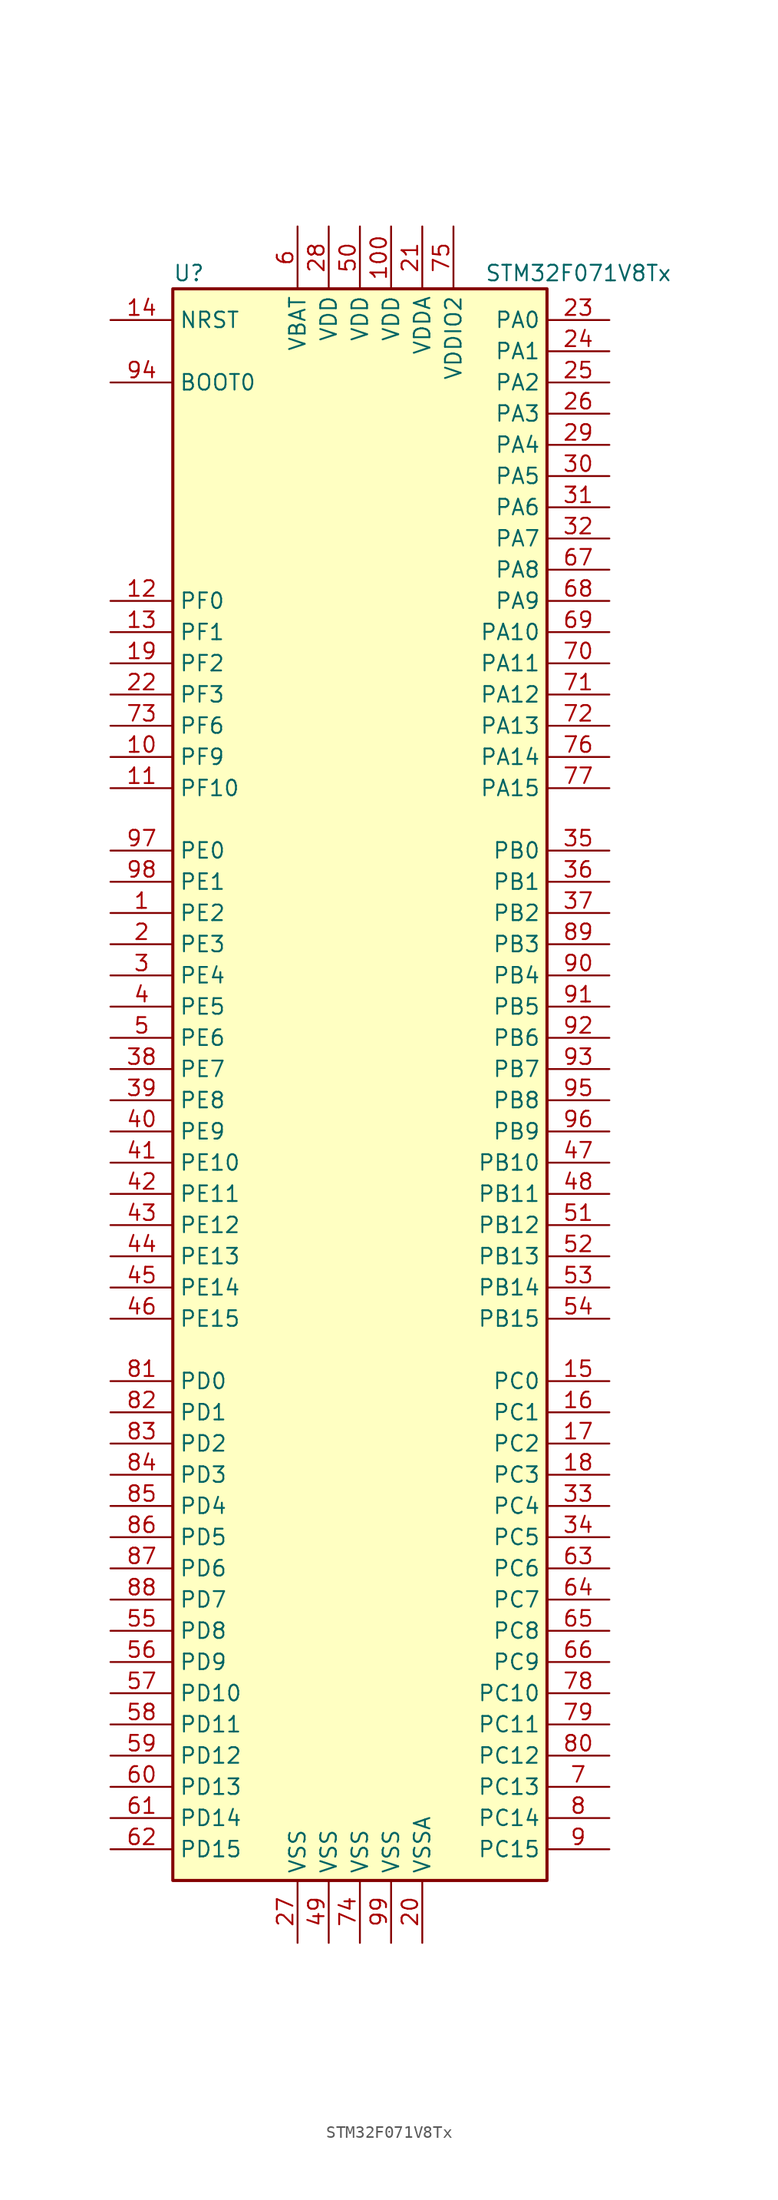
<source format=kicad_sym>
(kicad_symbol_lib
  (version 20211014)
  (generator kicad_symbol_editor)
  (symbol "STM32F071V8Tx"
    (property "Reference" "U"
      (at -15.24 64.77 0)
      (effects (font (size 1.27 1.27)) (justify left)))
    (property "Value" "STM32F071V8Tx"
      (at 10.16 64.77 0)
      (effects (font (size 1.27 1.27)) (justify left)))
    (symbol "STM32F071V8Tx_0_1"
      (rectangle (start -15.24 -66.04) (end 15.24 63.5) (stroke (width 0.254) (type default) (color 0 0 0 0)) (fill (type background))))
    (symbol "STM32F071V8Tx_1_1"
      (pin bidirectional line (at -20.32 12.7 0) (length 5.08) (name "PE2" (effects (font (size 1.27 1.27)))) (number "1" (effects (font (size 1.27 1.27)))))
      (pin bidirectional line (at -20.32 25.4 0) (length 5.08) (name "PF9" (effects (font (size 1.27 1.27)))) (number "10" (effects (font (size 1.27 1.27)))))
      (pin power_in line (at 2.54 68.58 270) (length 5.08) (name "VDD" (effects (font (size 1.27 1.27)))) (number "100" (effects (font (size 1.27 1.27)))))
      (pin bidirectional line (at -20.32 22.86 0) (length 5.08) (name "PF10" (effects (font (size 1.27 1.27)))) (number "11" (effects (font (size 1.27 1.27)))))
      (pin input line (at -20.32 38.1 0) (length 5.08) (name "PF0" (effects (font (size 1.27 1.27)))) (number "12" (effects (font (size 1.27 1.27)))))
      (pin input line (at -20.32 35.56 0) (length 5.08) (name "PF1" (effects (font (size 1.27 1.27)))) (number "13" (effects (font (size 1.27 1.27)))))
      (pin input line (at -20.32 60.96 0) (length 5.08) (name "NRST" (effects (font (size 1.27 1.27)))) (number "14" (effects (font (size 1.27 1.27)))))
      (pin bidirectional line (at 20.32 -25.4 180) (length 5.08) (name "PC0" (effects (font (size 1.27 1.27)))) (number "15" (effects (font (size 1.27 1.27)))))
      (pin bidirectional line (at 20.32 -27.94 180) (length 5.08) (name "PC1" (effects (font (size 1.27 1.27)))) (number "16" (effects (font (size 1.27 1.27)))))
      (pin bidirectional line (at 20.32 -30.48 180) (length 5.08) (name "PC2" (effects (font (size 1.27 1.27)))) (number "17" (effects (font (size 1.27 1.27)))))
      (pin bidirectional line (at 20.32 -33.02 180) (length 5.08) (name "PC3" (effects (font (size 1.27 1.27)))) (number "18" (effects (font (size 1.27 1.27)))))
      (pin bidirectional line (at -20.32 33.02 0) (length 5.08) (name "PF2" (effects (font (size 1.27 1.27)))) (number "19" (effects (font (size 1.27 1.27)))))
      (pin bidirectional line (at -20.32 10.16 0) (length 5.08) (name "PE3" (effects (font (size 1.27 1.27)))) (number "2" (effects (font (size 1.27 1.27)))))
      (pin power_in line (at 5.08 -71.12 90) (length 5.08) (name "VSSA" (effects (font (size 1.27 1.27)))) (number "20" (effects (font (size 1.27 1.27)))))
      (pin power_in line (at 5.08 68.58 270) (length 5.08) (name "VDDA" (effects (font (size 1.27 1.27)))) (number "21" (effects (font (size 1.27 1.27)))))
      (pin bidirectional line (at -20.32 30.48 0) (length 5.08) (name "PF3" (effects (font (size 1.27 1.27)))) (number "22" (effects (font (size 1.27 1.27)))))
      (pin bidirectional line (at 20.32 60.96 180) (length 5.08) (name "PA0" (effects (font (size 1.27 1.27)))) (number "23" (effects (font (size 1.27 1.27)))))
      (pin bidirectional line (at 20.32 58.42 180) (length 5.08) (name "PA1" (effects (font (size 1.27 1.27)))) (number "24" (effects (font (size 1.27 1.27)))))
      (pin bidirectional line (at 20.32 55.88 180) (length 5.08) (name "PA2" (effects (font (size 1.27 1.27)))) (number "25" (effects (font (size 1.27 1.27)))))
      (pin bidirectional line (at 20.32 53.34 180) (length 5.08) (name "PA3" (effects (font (size 1.27 1.27)))) (number "26" (effects (font (size 1.27 1.27)))))
      (pin power_in line (at -5.08 -71.12 90) (length 5.08) (name "VSS" (effects (font (size 1.27 1.27)))) (number "27" (effects (font (size 1.27 1.27)))))
      (pin power_in line (at -2.54 68.58 270) (length 5.08) (name "VDD" (effects (font (size 1.27 1.27)))) (number "28" (effects (font (size 1.27 1.27)))))
      (pin bidirectional line (at 20.32 50.8 180) (length 5.08) (name "PA4" (effects (font (size 1.27 1.27)))) (number "29" (effects (font (size 1.27 1.27)))))
      (pin bidirectional line (at -20.32 7.62 0) (length 5.08) (name "PE4" (effects (font (size 1.27 1.27)))) (number "3" (effects (font (size 1.27 1.27)))))
      (pin bidirectional line (at 20.32 48.26 180) (length 5.08) (name "PA5" (effects (font (size 1.27 1.27)))) (number "30" (effects (font (size 1.27 1.27)))))
      (pin bidirectional line (at 20.32 45.72 180) (length 5.08) (name "PA6" (effects (font (size 1.27 1.27)))) (number "31" (effects (font (size 1.27 1.27)))))
      (pin bidirectional line (at 20.32 43.18 180) (length 5.08) (name "PA7" (effects (font (size 1.27 1.27)))) (number "32" (effects (font (size 1.27 1.27)))))
      (pin bidirectional line (at 20.32 -35.56 180) (length 5.08) (name "PC4" (effects (font (size 1.27 1.27)))) (number "33" (effects (font (size 1.27 1.27)))))
      (pin bidirectional line (at 20.32 -38.1 180) (length 5.08) (name "PC5" (effects (font (size 1.27 1.27)))) (number "34" (effects (font (size 1.27 1.27)))))
      (pin bidirectional line (at 20.32 17.78 180) (length 5.08) (name "PB0" (effects (font (size 1.27 1.27)))) (number "35" (effects (font (size 1.27 1.27)))))
      (pin bidirectional line (at 20.32 15.24 180) (length 5.08) (name "PB1" (effects (font (size 1.27 1.27)))) (number "36" (effects (font (size 1.27 1.27)))))
      (pin bidirectional line (at 20.32 12.7 180) (length 5.08) (name "PB2" (effects (font (size 1.27 1.27)))) (number "37" (effects (font (size 1.27 1.27)))))
      (pin bidirectional line (at -20.32 0 0) (length 5.08) (name "PE7" (effects (font (size 1.27 1.27)))) (number "38" (effects (font (size 1.27 1.27)))))
      (pin bidirectional line (at -20.32 -2.54 0) (length 5.08) (name "PE8" (effects (font (size 1.27 1.27)))) (number "39" (effects (font (size 1.27 1.27)))))
      (pin bidirectional line (at -20.32 5.08 0) (length 5.08) (name "PE5" (effects (font (size 1.27 1.27)))) (number "4" (effects (font (size 1.27 1.27)))))
      (pin bidirectional line (at -20.32 -5.08 0) (length 5.08) (name "PE9" (effects (font (size 1.27 1.27)))) (number "40" (effects (font (size 1.27 1.27)))))
      (pin bidirectional line (at -20.32 -7.62 0) (length 5.08) (name "PE10" (effects (font (size 1.27 1.27)))) (number "41" (effects (font (size 1.27 1.27)))))
      (pin bidirectional line (at -20.32 -10.16 0) (length 5.08) (name "PE11" (effects (font (size 1.27 1.27)))) (number "42" (effects (font (size 1.27 1.27)))))
      (pin bidirectional line (at -20.32 -12.7 0) (length 5.08) (name "PE12" (effects (font (size 1.27 1.27)))) (number "43" (effects (font (size 1.27 1.27)))))
      (pin bidirectional line (at -20.32 -15.24 0) (length 5.08) (name "PE13" (effects (font (size 1.27 1.27)))) (number "44" (effects (font (size 1.27 1.27)))))
      (pin bidirectional line (at -20.32 -17.78 0) (length 5.08) (name "PE14" (effects (font (size 1.27 1.27)))) (number "45" (effects (font (size 1.27 1.27)))))
      (pin bidirectional line (at -20.32 -20.32 0) (length 5.08) (name "PE15" (effects (font (size 1.27 1.27)))) (number "46" (effects (font (size 1.27 1.27)))))
      (pin bidirectional line (at 20.32 -7.62 180) (length 5.08) (name "PB10" (effects (font (size 1.27 1.27)))) (number "47" (effects (font (size 1.27 1.27)))))
      (pin bidirectional line (at 20.32 -10.16 180) (length 5.08) (name "PB11" (effects (font (size 1.27 1.27)))) (number "48" (effects (font (size 1.27 1.27)))))
      (pin power_in line (at -2.54 -71.12 90) (length 5.08) (name "VSS" (effects (font (size 1.27 1.27)))) (number "49" (effects (font (size 1.27 1.27)))))
      (pin bidirectional line (at -20.32 2.54 0) (length 5.08) (name "PE6" (effects (font (size 1.27 1.27)))) (number "5" (effects (font (size 1.27 1.27)))))
      (pin power_in line (at 0 68.58 270) (length 5.08) (name "VDD" (effects (font (size 1.27 1.27)))) (number "50" (effects (font (size 1.27 1.27)))))
      (pin bidirectional line (at 20.32 -12.7 180) (length 5.08) (name "PB12" (effects (font (size 1.27 1.27)))) (number "51" (effects (font (size 1.27 1.27)))))
      (pin bidirectional line (at 20.32 -15.24 180) (length 5.08) (name "PB13" (effects (font (size 1.27 1.27)))) (number "52" (effects (font (size 1.27 1.27)))))
      (pin bidirectional line (at 20.32 -17.78 180) (length 5.08) (name "PB14" (effects (font (size 1.27 1.27)))) (number "53" (effects (font (size 1.27 1.27)))))
      (pin bidirectional line (at 20.32 -20.32 180) (length 5.08) (name "PB15" (effects (font (size 1.27 1.27)))) (number "54" (effects (font (size 1.27 1.27)))))
      (pin bidirectional line (at -20.32 -45.72 0) (length 5.08) (name "PD8" (effects (font (size 1.27 1.27)))) (number "55" (effects (font (size 1.27 1.27)))))
      (pin bidirectional line (at -20.32 -48.26 0) (length 5.08) (name "PD9" (effects (font (size 1.27 1.27)))) (number "56" (effects (font (size 1.27 1.27)))))
      (pin bidirectional line (at -20.32 -50.8 0) (length 5.08) (name "PD10" (effects (font (size 1.27 1.27)))) (number "57" (effects (font (size 1.27 1.27)))))
      (pin bidirectional line (at -20.32 -53.34 0) (length 5.08) (name "PD11" (effects (font (size 1.27 1.27)))) (number "58" (effects (font (size 1.27 1.27)))))
      (pin bidirectional line (at -20.32 -55.88 0) (length 5.08) (name "PD12" (effects (font (size 1.27 1.27)))) (number "59" (effects (font (size 1.27 1.27)))))
      (pin power_in line (at -5.08 68.58 270) (length 5.08) (name "VBAT" (effects (font (size 1.27 1.27)))) (number "6" (effects (font (size 1.27 1.27)))))
      (pin bidirectional line (at -20.32 -58.42 0) (length 5.08) (name "PD13" (effects (font (size 1.27 1.27)))) (number "60" (effects (font (size 1.27 1.27)))))
      (pin bidirectional line (at -20.32 -60.96 0) (length 5.08) (name "PD14" (effects (font (size 1.27 1.27)))) (number "61" (effects (font (size 1.27 1.27)))))
      (pin bidirectional line (at -20.32 -63.5 0) (length 5.08) (name "PD15" (effects (font (size 1.27 1.27)))) (number "62" (effects (font (size 1.27 1.27)))))
      (pin bidirectional line (at 20.32 -40.64 180) (length 5.08) (name "PC6" (effects (font (size 1.27 1.27)))) (number "63" (effects (font (size 1.27 1.27)))))
      (pin bidirectional line (at 20.32 -43.18 180) (length 5.08) (name "PC7" (effects (font (size 1.27 1.27)))) (number "64" (effects (font (size 1.27 1.27)))))
      (pin bidirectional line (at 20.32 -45.72 180) (length 5.08) (name "PC8" (effects (font (size 1.27 1.27)))) (number "65" (effects (font (size 1.27 1.27)))))
      (pin bidirectional line (at 20.32 -48.26 180) (length 5.08) (name "PC9" (effects (font (size 1.27 1.27)))) (number "66" (effects (font (size 1.27 1.27)))))
      (pin bidirectional line (at 20.32 40.64 180) (length 5.08) (name "PA8" (effects (font (size 1.27 1.27)))) (number "67" (effects (font (size 1.27 1.27)))))
      (pin bidirectional line (at 20.32 38.1 180) (length 5.08) (name "PA9" (effects (font (size 1.27 1.27)))) (number "68" (effects (font (size 1.27 1.27)))))
      (pin bidirectional line (at 20.32 35.56 180) (length 5.08) (name "PA10" (effects (font (size 1.27 1.27)))) (number "69" (effects (font (size 1.27 1.27)))))
      (pin bidirectional line (at 20.32 -58.42 180) (length 5.08) (name "PC13" (effects (font (size 1.27 1.27)))) (number "7" (effects (font (size 1.27 1.27)))))
      (pin bidirectional line (at 20.32 33.02 180) (length 5.08) (name "PA11" (effects (font (size 1.27 1.27)))) (number "70" (effects (font (size 1.27 1.27)))))
      (pin bidirectional line (at 20.32 30.48 180) (length 5.08) (name "PA12" (effects (font (size 1.27 1.27)))) (number "71" (effects (font (size 1.27 1.27)))))
      (pin bidirectional line (at 20.32 27.94 180) (length 5.08) (name "PA13" (effects (font (size 1.27 1.27)))) (number "72" (effects (font (size 1.27 1.27)))))
      (pin bidirectional line (at -20.32 27.94 0) (length 5.08) (name "PF6" (effects (font (size 1.27 1.27)))) (number "73" (effects (font (size 1.27 1.27)))))
      (pin power_in line (at 0 -71.12 90) (length 5.08) (name "VSS" (effects (font (size 1.27 1.27)))) (number "74" (effects (font (size 1.27 1.27)))))
      (pin power_in line (at 7.62 68.58 270) (length 5.08) (name "VDDIO2" (effects (font (size 1.27 1.27)))) (number "75" (effects (font (size 1.27 1.27)))))
      (pin bidirectional line (at 20.32 25.4 180) (length 5.08) (name "PA14" (effects (font (size 1.27 1.27)))) (number "76" (effects (font (size 1.27 1.27)))))
      (pin bidirectional line (at 20.32 22.86 180) (length 5.08) (name "PA15" (effects (font (size 1.27 1.27)))) (number "77" (effects (font (size 1.27 1.27)))))
      (pin bidirectional line (at 20.32 -50.8 180) (length 5.08) (name "PC10" (effects (font (size 1.27 1.27)))) (number "78" (effects (font (size 1.27 1.27)))))
      (pin bidirectional line (at 20.32 -53.34 180) (length 5.08) (name "PC11" (effects (font (size 1.27 1.27)))) (number "79" (effects (font (size 1.27 1.27)))))
      (pin bidirectional line (at 20.32 -60.96 180) (length 5.08) (name "PC14" (effects (font (size 1.27 1.27)))) (number "8" (effects (font (size 1.27 1.27)))))
      (pin bidirectional line (at 20.32 -55.88 180) (length 5.08) (name "PC12" (effects (font (size 1.27 1.27)))) (number "80" (effects (font (size 1.27 1.27)))))
      (pin bidirectional line (at -20.32 -25.4 0) (length 5.08) (name "PD0" (effects (font (size 1.27 1.27)))) (number "81" (effects (font (size 1.27 1.27)))))
      (pin bidirectional line (at -20.32 -27.94 0) (length 5.08) (name "PD1" (effects (font (size 1.27 1.27)))) (number "82" (effects (font (size 1.27 1.27)))))
      (pin bidirectional line (at -20.32 -30.48 0) (length 5.08) (name "PD2" (effects (font (size 1.27 1.27)))) (number "83" (effects (font (size 1.27 1.27)))))
      (pin bidirectional line (at -20.32 -33.02 0) (length 5.08) (name "PD3" (effects (font (size 1.27 1.27)))) (number "84" (effects (font (size 1.27 1.27)))))
      (pin bidirectional line (at -20.32 -35.56 0) (length 5.08) (name "PD4" (effects (font (size 1.27 1.27)))) (number "85" (effects (font (size 1.27 1.27)))))
      (pin bidirectional line (at -20.32 -38.1 0) (length 5.08) (name "PD5" (effects (font (size 1.27 1.27)))) (number "86" (effects (font (size 1.27 1.27)))))
      (pin bidirectional line (at -20.32 -40.64 0) (length 5.08) (name "PD6" (effects (font (size 1.27 1.27)))) (number "87" (effects (font (size 1.27 1.27)))))
      (pin bidirectional line (at -20.32 -43.18 0) (length 5.08) (name "PD7" (effects (font (size 1.27 1.27)))) (number "88" (effects (font (size 1.27 1.27)))))
      (pin bidirectional line (at 20.32 10.16 180) (length 5.08) (name "PB3" (effects (font (size 1.27 1.27)))) (number "89" (effects (font (size 1.27 1.27)))))
      (pin bidirectional line (at 20.32 -63.5 180) (length 5.08) (name "PC15" (effects (font (size 1.27 1.27)))) (number "9" (effects (font (size 1.27 1.27)))))
      (pin bidirectional line (at 20.32 7.62 180) (length 5.08) (name "PB4" (effects (font (size 1.27 1.27)))) (number "90" (effects (font (size 1.27 1.27)))))
      (pin bidirectional line (at 20.32 5.08 180) (length 5.08) (name "PB5" (effects (font (size 1.27 1.27)))) (number "91" (effects (font (size 1.27 1.27)))))
      (pin bidirectional line (at 20.32 2.54 180) (length 5.08) (name "PB6" (effects (font (size 1.27 1.27)))) (number "92" (effects (font (size 1.27 1.27)))))
      (pin bidirectional line (at 20.32 0 180) (length 5.08) (name "PB7" (effects (font (size 1.27 1.27)))) (number "93" (effects (font (size 1.27 1.27)))))
      (pin input line (at -20.32 55.88 0) (length 5.08) (name "BOOT0" (effects (font (size 1.27 1.27)))) (number "94" (effects (font (size 1.27 1.27)))))
      (pin bidirectional line (at 20.32 -2.54 180) (length 5.08) (name "PB8" (effects (font (size 1.27 1.27)))) (number "95" (effects (font (size 1.27 1.27)))))
      (pin bidirectional line (at 20.32 -5.08 180) (length 5.08) (name "PB9" (effects (font (size 1.27 1.27)))) (number "96" (effects (font (size 1.27 1.27)))))
      (pin bidirectional line (at -20.32 17.78 0) (length 5.08) (name "PE0" (effects (font (size 1.27 1.27)))) (number "97" (effects (font (size 1.27 1.27)))))
      (pin bidirectional line (at -20.32 15.24 0) (length 5.08) (name "PE1" (effects (font (size 1.27 1.27)))) (number "98" (effects (font (size 1.27 1.27)))))
      (pin power_in line (at 2.54 -71.12 90) (length 5.08) (name "VSS" (effects (font (size 1.27 1.27)))) (number "99" (effects (font (size 1.27 1.27))))))))
</source>
